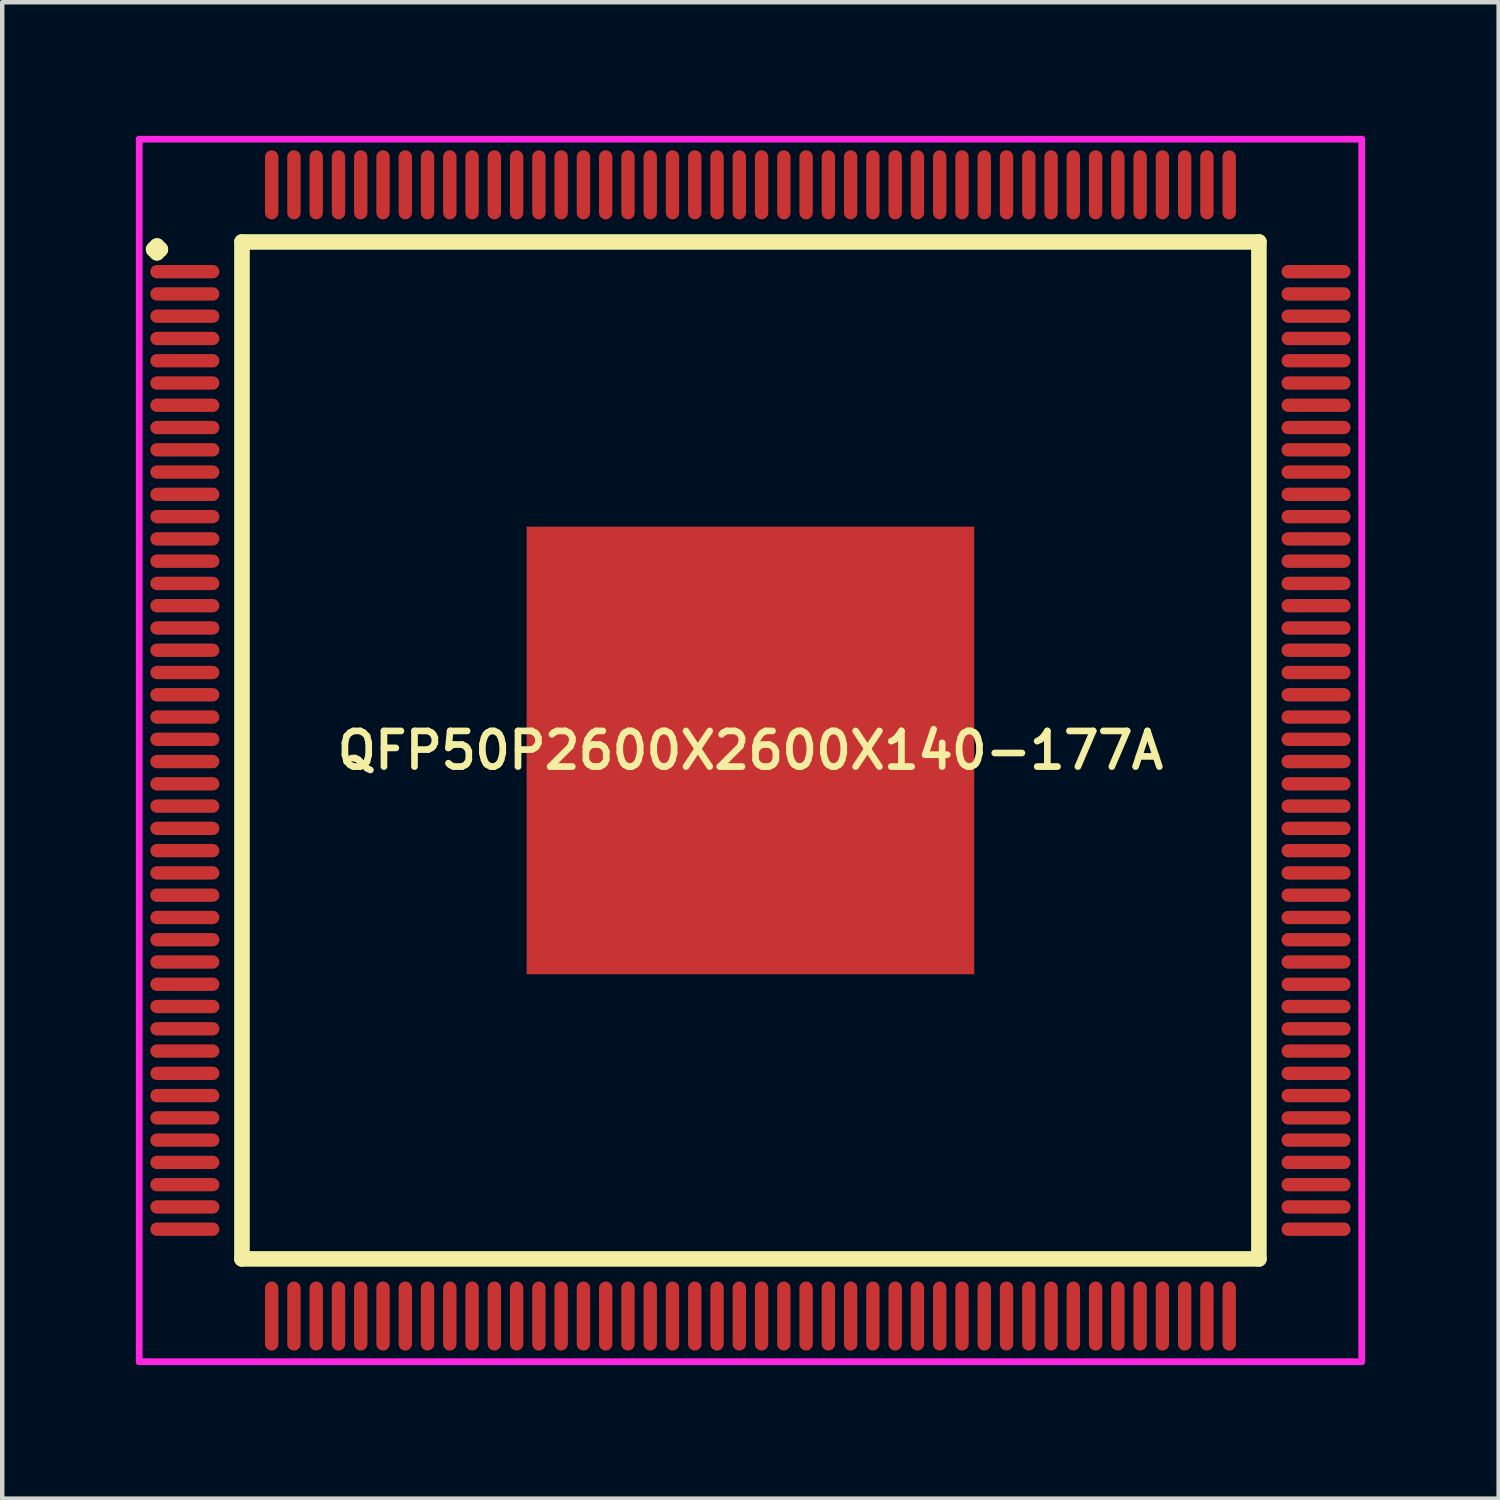
<source format=kicad_pcb>
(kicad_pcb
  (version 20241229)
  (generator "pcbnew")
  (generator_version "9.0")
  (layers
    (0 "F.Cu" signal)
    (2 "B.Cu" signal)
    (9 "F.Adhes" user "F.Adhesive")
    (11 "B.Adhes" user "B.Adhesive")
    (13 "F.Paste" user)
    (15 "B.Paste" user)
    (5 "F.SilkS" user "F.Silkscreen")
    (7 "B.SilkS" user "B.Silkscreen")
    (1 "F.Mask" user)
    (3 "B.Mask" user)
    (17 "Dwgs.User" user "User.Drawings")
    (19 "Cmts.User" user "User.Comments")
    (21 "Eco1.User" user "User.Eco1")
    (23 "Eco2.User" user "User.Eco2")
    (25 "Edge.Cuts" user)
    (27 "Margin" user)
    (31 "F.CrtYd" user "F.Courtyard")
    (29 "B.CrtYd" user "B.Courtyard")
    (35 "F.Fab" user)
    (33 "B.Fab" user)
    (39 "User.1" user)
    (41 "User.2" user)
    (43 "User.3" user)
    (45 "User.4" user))
  (footprint "QFP50P2600X2600X140-177A"
    (layer "F.Cu")
    (at 13.8 13.8)
    (property "Reference" "QFP50P2600X2600X140-177A" (at 0 0 0) (layer "F.SilkS") (effects (font (size 0.8 0.8) (thickness 0.15))))
    (attr smd)
    (fp_line (start -13.4 -11.25) (end -13.325 -11.325) (stroke (width 0.35) (type solid)) (layer "F.SilkS"))
    (fp_line (start -13.325 -11.325) (end -13.25 -11.25) (stroke (width 0.35) (type solid)) (layer "F.SilkS"))
    (fp_line (start -13.325 -11.175) (end -13.4 -11.25) (stroke (width 0.35) (type solid)) (layer "F.SilkS"))
    (fp_line (start -13.25 -11.25) (end -13.325 -11.175) (stroke (width 0.35) (type solid)) (layer "F.SilkS"))
    (fp_line (start -11.417 -11.417) (end -11.417 11.417) (stroke (width 0.35) (type solid)) (layer "F.SilkS"))
    (fp_line (start -11.417 11.417) (end 11.417 11.417) (stroke (width 0.35) (type solid)) (layer "F.SilkS"))
    (fp_line (start 11.417 -11.417) (end -11.417 -11.417) (stroke (width 0.35) (type solid)) (layer "F.SilkS"))
    (fp_line (start 11.417 11.417) (end 11.417 -11.417) (stroke (width 0.35) (type solid)) (layer "F.SilkS"))
    (fp_line (start -13.725 -13.725) (end 13.725 -13.725) (stroke (width 0.15) (type solid)) (layer "F.CrtYd"))
    (fp_line (start -13.725 13.725) (end -13.725 -13.725) (stroke (width 0.15) (type solid)) (layer "F.CrtYd"))
    (fp_line (start 13.725 -13.725) (end 13.725 13.725) (stroke (width 0.15) (type solid)) (layer "F.CrtYd"))
    (fp_line (start 13.725 13.725) (end -13.725 13.725) (stroke (width 0.15) (type solid)) (layer "F.CrtYd"))
    (pad "1" smd oval (at -12.7 -10.75) (size 1.55 0.3) (layers "F.Cu" "F.Mask" "F.Paste"))
    (pad "2" smd oval (at -12.7 -10.25) (size 1.55 0.3) (layers "F.Cu" "F.Mask" "F.Paste"))
    (pad "3" smd oval (at -12.7 -9.75) (size 1.55 0.3) (layers "F.Cu" "F.Mask" "F.Paste"))
    (pad "4" smd oval (at -12.7 -9.25) (size 1.55 0.3) (layers "F.Cu" "F.Mask" "F.Paste"))
    (pad "5" smd oval (at -12.7 -8.75) (size 1.55 0.3) (layers "F.Cu" "F.Mask" "F.Paste"))
    (pad "6" smd oval (at -12.7 -8.25) (size 1.55 0.3) (layers "F.Cu" "F.Mask" "F.Paste"))
    (pad "7" smd oval (at -12.7 -7.75) (size 1.55 0.3) (layers "F.Cu" "F.Mask" "F.Paste"))
    (pad "8" smd oval (at -12.7 -7.25) (size 1.55 0.3) (layers "F.Cu" "F.Mask" "F.Paste"))
    (pad "9" smd oval (at -12.7 -6.75) (size 1.55 0.3) (layers "F.Cu" "F.Mask" "F.Paste"))
    (pad "10" smd oval (at -12.7 -6.25) (size 1.55 0.3) (layers "F.Cu" "F.Mask" "F.Paste"))
    (pad "11" smd oval (at -12.7 -5.75) (size 1.55 0.3) (layers "F.Cu" "F.Mask" "F.Paste"))
    (pad "12" smd oval (at -12.7 -5.25) (size 1.55 0.3) (layers "F.Cu" "F.Mask" "F.Paste"))
    (pad "13" smd oval (at -12.7 -4.75) (size 1.55 0.3) (layers "F.Cu" "F.Mask" "F.Paste"))
    (pad "14" smd oval (at -12.7 -4.25) (size 1.55 0.3) (layers "F.Cu" "F.Mask" "F.Paste"))
    (pad "15" smd oval (at -12.7 -3.75) (size 1.55 0.3) (layers "F.Cu" "F.Mask" "F.Paste"))
    (pad "16" smd oval (at -12.7 -3.25) (size 1.55 0.3) (layers "F.Cu" "F.Mask" "F.Paste"))
    (pad "17" smd oval (at -12.7 -2.75) (size 1.55 0.3) (layers "F.Cu" "F.Mask" "F.Paste"))
    (pad "18" smd oval (at -12.7 -2.25) (size 1.55 0.3) (layers "F.Cu" "F.Mask" "F.Paste"))
    (pad "19" smd oval (at -12.7 -1.75) (size 1.55 0.3) (layers "F.Cu" "F.Mask" "F.Paste"))
    (pad "20" smd oval (at -12.7 -1.25) (size 1.55 0.3) (layers "F.Cu" "F.Mask" "F.Paste"))
    (pad "21" smd oval (at -12.7 -0.75) (size 1.55 0.3) (layers "F.Cu" "F.Mask" "F.Paste"))
    (pad "22" smd oval (at -12.7 -0.25) (size 1.55 0.3) (layers "F.Cu" "F.Mask" "F.Paste"))
    (pad "23" smd oval (at -12.7 0.25) (size 1.55 0.3) (layers "F.Cu" "F.Mask" "F.Paste"))
    (pad "24" smd oval (at -12.7 0.75) (size 1.55 0.3) (layers "F.Cu" "F.Mask" "F.Paste"))
    (pad "25" smd oval (at -12.7 1.25) (size 1.55 0.3) (layers "F.Cu" "F.Mask" "F.Paste"))
    (pad "26" smd oval (at -12.7 1.75) (size 1.55 0.3) (layers "F.Cu" "F.Mask" "F.Paste"))
    (pad "27" smd oval (at -12.7 2.25) (size 1.55 0.3) (layers "F.Cu" "F.Mask" "F.Paste"))
    (pad "28" smd oval (at -12.7 2.75) (size 1.55 0.3) (layers "F.Cu" "F.Mask" "F.Paste"))
    (pad "29" smd oval (at -12.7 3.25) (size 1.55 0.3) (layers "F.Cu" "F.Mask" "F.Paste"))
    (pad "30" smd oval (at -12.7 3.75) (size 1.55 0.3) (layers "F.Cu" "F.Mask" "F.Paste"))
    (pad "31" smd oval (at -12.7 4.25) (size 1.55 0.3) (layers "F.Cu" "F.Mask" "F.Paste"))
    (pad "32" smd oval (at -12.7 4.75) (size 1.55 0.3) (layers "F.Cu" "F.Mask" "F.Paste"))
    (pad "33" smd oval (at -12.7 5.25) (size 1.55 0.3) (layers "F.Cu" "F.Mask" "F.Paste"))
    (pad "34" smd oval (at -12.7 5.75) (size 1.55 0.3) (layers "F.Cu" "F.Mask" "F.Paste"))
    (pad "35" smd oval (at -12.7 6.25) (size 1.55 0.3) (layers "F.Cu" "F.Mask" "F.Paste"))
    (pad "36" smd oval (at -12.7 6.75) (size 1.55 0.3) (layers "F.Cu" "F.Mask" "F.Paste"))
    (pad "37" smd oval (at -12.7 7.25) (size 1.55 0.3) (layers "F.Cu" "F.Mask" "F.Paste"))
    (pad "38" smd oval (at -12.7 7.75) (size 1.55 0.3) (layers "F.Cu" "F.Mask" "F.Paste"))
    (pad "39" smd oval (at -12.7 8.25) (size 1.55 0.3) (layers "F.Cu" "F.Mask" "F.Paste"))
    (pad "40" smd oval (at -12.7 8.75) (size 1.55 0.3) (layers "F.Cu" "F.Mask" "F.Paste"))
    (pad "41" smd oval (at -12.7 9.25) (size 1.55 0.3) (layers "F.Cu" "F.Mask" "F.Paste"))
    (pad "42" smd oval (at -12.7 9.75) (size 1.55 0.3) (layers "F.Cu" "F.Mask" "F.Paste"))
    (pad "43" smd oval (at -12.7 10.25) (size 1.55 0.3) (layers "F.Cu" "F.Mask" "F.Paste"))
    (pad "44" smd oval (at -12.7 10.75) (size 1.55 0.3) (layers "F.Cu" "F.Mask" "F.Paste"))
    (pad "45" smd oval (at -10.75 12.7) (size 0.3 1.55) (layers "F.Cu" "F.Mask" "F.Paste"))
    (pad "46" smd oval (at -10.25 12.7) (size 0.3 1.55) (layers "F.Cu" "F.Mask" "F.Paste"))
    (pad "47" smd oval (at -9.75 12.7) (size 0.3 1.55) (layers "F.Cu" "F.Mask" "F.Paste"))
    (pad "48" smd oval (at -9.25 12.7) (size 0.3 1.55) (layers "F.Cu" "F.Mask" "F.Paste"))
    (pad "49" smd oval (at -8.75 12.7) (size 0.3 1.55) (layers "F.Cu" "F.Mask" "F.Paste"))
    (pad "50" smd oval (at -8.25 12.7) (size 0.3 1.55) (layers "F.Cu" "F.Mask" "F.Paste"))
    (pad "51" smd oval (at -7.75 12.7) (size 0.3 1.55) (layers "F.Cu" "F.Mask" "F.Paste"))
    (pad "52" smd oval (at -7.25 12.7) (size 0.3 1.55) (layers "F.Cu" "F.Mask" "F.Paste"))
    (pad "53" smd oval (at -6.75 12.7) (size 0.3 1.55) (layers "F.Cu" "F.Mask" "F.Paste"))
    (pad "54" smd oval (at -6.25 12.7) (size 0.3 1.55) (layers "F.Cu" "F.Mask" "F.Paste"))
    (pad "55" smd oval (at -5.75 12.7) (size 0.3 1.55) (layers "F.Cu" "F.Mask" "F.Paste"))
    (pad "56" smd oval (at -5.25 12.7) (size 0.3 1.55) (layers "F.Cu" "F.Mask" "F.Paste"))
    (pad "57" smd oval (at -4.75 12.7) (size 0.3 1.55) (layers "F.Cu" "F.Mask" "F.Paste"))
    (pad "58" smd oval (at -4.25 12.7) (size 0.3 1.55) (layers "F.Cu" "F.Mask" "F.Paste"))
    (pad "59" smd oval (at -3.75 12.7) (size 0.3 1.55) (layers "F.Cu" "F.Mask" "F.Paste"))
    (pad "60" smd oval (at -3.25 12.7) (size 0.3 1.55) (layers "F.Cu" "F.Mask" "F.Paste"))
    (pad "61" smd oval (at -2.75 12.7) (size 0.3 1.55) (layers "F.Cu" "F.Mask" "F.Paste"))
    (pad "62" smd oval (at -2.25 12.7) (size 0.3 1.55) (layers "F.Cu" "F.Mask" "F.Paste"))
    (pad "63" smd oval (at -1.75 12.7) (size 0.3 1.55) (layers "F.Cu" "F.Mask" "F.Paste"))
    (pad "64" smd oval (at -1.25 12.7) (size 0.3 1.55) (layers "F.Cu" "F.Mask" "F.Paste"))
    (pad "65" smd oval (at -0.75 12.7) (size 0.3 1.55) (layers "F.Cu" "F.Mask" "F.Paste"))
    (pad "66" smd oval (at -0.25 12.7) (size 0.3 1.55) (layers "F.Cu" "F.Mask" "F.Paste"))
    (pad "67" smd oval (at 0.25 12.7) (size 0.3 1.55) (layers "F.Cu" "F.Mask" "F.Paste"))
    (pad "68" smd oval (at 0.75 12.7) (size 0.3 1.55) (layers "F.Cu" "F.Mask" "F.Paste"))
    (pad "69" smd oval (at 1.25 12.7) (size 0.3 1.55) (layers "F.Cu" "F.Mask" "F.Paste"))
    (pad "70" smd oval (at 1.75 12.7) (size 0.3 1.55) (layers "F.Cu" "F.Mask" "F.Paste"))
    (pad "71" smd oval (at 2.25 12.7) (size 0.3 1.55) (layers "F.Cu" "F.Mask" "F.Paste"))
    (pad "72" smd oval (at 2.75 12.7) (size 0.3 1.55) (layers "F.Cu" "F.Mask" "F.Paste"))
    (pad "73" smd oval (at 3.25 12.7) (size 0.3 1.55) (layers "F.Cu" "F.Mask" "F.Paste"))
    (pad "74" smd oval (at 3.75 12.7) (size 0.3 1.55) (layers "F.Cu" "F.Mask" "F.Paste"))
    (pad "75" smd oval (at 4.25 12.7) (size 0.3 1.55) (layers "F.Cu" "F.Mask" "F.Paste"))
    (pad "76" smd oval (at 4.75 12.7) (size 0.3 1.55) (layers "F.Cu" "F.Mask" "F.Paste"))
    (pad "77" smd oval (at 5.25 12.7) (size 0.3 1.55) (layers "F.Cu" "F.Mask" "F.Paste"))
    (pad "78" smd oval (at 5.75 12.7) (size 0.3 1.55) (layers "F.Cu" "F.Mask" "F.Paste"))
    (pad "79" smd oval (at 6.25 12.7) (size 0.3 1.55) (layers "F.Cu" "F.Mask" "F.Paste"))
    (pad "80" smd oval (at 6.75 12.7) (size 0.3 1.55) (layers "F.Cu" "F.Mask" "F.Paste"))
    (pad "81" smd oval (at 7.25 12.7) (size 0.3 1.55) (layers "F.Cu" "F.Mask" "F.Paste"))
    (pad "82" smd oval (at 7.75 12.7) (size 0.3 1.55) (layers "F.Cu" "F.Mask" "F.Paste"))
    (pad "83" smd oval (at 8.25 12.7) (size 0.3 1.55) (layers "F.Cu" "F.Mask" "F.Paste"))
    (pad "84" smd oval (at 8.75 12.7) (size 0.3 1.55) (layers "F.Cu" "F.Mask" "F.Paste"))
    (pad "85" smd oval (at 9.25 12.7) (size 0.3 1.55) (layers "F.Cu" "F.Mask" "F.Paste"))
    (pad "86" smd oval (at 9.75 12.7) (size 0.3 1.55) (layers "F.Cu" "F.Mask" "F.Paste"))
    (pad "87" smd oval (at 10.25 12.7) (size 0.3 1.55) (layers "F.Cu" "F.Mask" "F.Paste"))
    (pad "88" smd oval (at 10.75 12.7) (size 0.3 1.55) (layers "F.Cu" "F.Mask" "F.Paste"))
    (pad "89" smd oval (at 12.7 10.75) (size 1.55 0.3) (layers "F.Cu" "F.Mask" "F.Paste"))
    (pad "90" smd oval (at 12.7 10.25) (size 1.55 0.3) (layers "F.Cu" "F.Mask" "F.Paste"))
    (pad "91" smd oval (at 12.7 9.75) (size 1.55 0.3) (layers "F.Cu" "F.Mask" "F.Paste"))
    (pad "92" smd oval (at 12.7 9.25) (size 1.55 0.3) (layers "F.Cu" "F.Mask" "F.Paste"))
    (pad "93" smd oval (at 12.7 8.75) (size 1.55 0.3) (layers "F.Cu" "F.Mask" "F.Paste"))
    (pad "94" smd oval (at 12.7 8.25) (size 1.55 0.3) (layers "F.Cu" "F.Mask" "F.Paste"))
    (pad "95" smd oval (at 12.7 7.75) (size 1.55 0.3) (layers "F.Cu" "F.Mask" "F.Paste"))
    (pad "96" smd oval (at 12.7 7.25) (size 1.55 0.3) (layers "F.Cu" "F.Mask" "F.Paste"))
    (pad "97" smd oval (at 12.7 6.75) (size 1.55 0.3) (layers "F.Cu" "F.Mask" "F.Paste"))
    (pad "98" smd oval (at 12.7 6.25) (size 1.55 0.3) (layers "F.Cu" "F.Mask" "F.Paste"))
    (pad "99" smd oval (at 12.7 5.75) (size 1.55 0.3) (layers "F.Cu" "F.Mask" "F.Paste"))
    (pad "100" smd oval (at 12.7 5.25) (size 1.55 0.3) (layers "F.Cu" "F.Mask" "F.Paste"))
    (pad "101" smd oval (at 12.7 4.75) (size 1.55 0.3) (layers "F.Cu" "F.Mask" "F.Paste"))
    (pad "102" smd oval (at 12.7 4.25) (size 1.55 0.3) (layers "F.Cu" "F.Mask" "F.Paste"))
    (pad "103" smd oval (at 12.7 3.75) (size 1.55 0.3) (layers "F.Cu" "F.Mask" "F.Paste"))
    (pad "104" smd oval (at 12.7 3.25) (size 1.55 0.3) (layers "F.Cu" "F.Mask" "F.Paste"))
    (pad "105" smd oval (at 12.7 2.75) (size 1.55 0.3) (layers "F.Cu" "F.Mask" "F.Paste"))
    (pad "106" smd oval (at 12.7 2.25) (size 1.55 0.3) (layers "F.Cu" "F.Mask" "F.Paste"))
    (pad "107" smd oval (at 12.7 1.75) (size 1.55 0.3) (layers "F.Cu" "F.Mask" "F.Paste"))
    (pad "108" smd oval (at 12.7 1.25) (size 1.55 0.3) (layers "F.Cu" "F.Mask" "F.Paste"))
    (pad "109" smd oval (at 12.7 0.75) (size 1.55 0.3) (layers "F.Cu" "F.Mask" "F.Paste"))
    (pad "110" smd oval (at 12.7 0.25) (size 1.55 0.3) (layers "F.Cu" "F.Mask" "F.Paste"))
    (pad "111" smd oval (at 12.7 -0.25) (size 1.55 0.3) (layers "F.Cu" "F.Mask" "F.Paste"))
    (pad "112" smd oval (at 12.7 -0.75) (size 1.55 0.3) (layers "F.Cu" "F.Mask" "F.Paste"))
    (pad "113" smd oval (at 12.7 -1.25) (size 1.55 0.3) (layers "F.Cu" "F.Mask" "F.Paste"))
    (pad "114" smd oval (at 12.7 -1.75) (size 1.55 0.3) (layers "F.Cu" "F.Mask" "F.Paste"))
    (pad "115" smd oval (at 12.7 -2.25) (size 1.55 0.3) (layers "F.Cu" "F.Mask" "F.Paste"))
    (pad "116" smd oval (at 12.7 -2.75) (size 1.55 0.3) (layers "F.Cu" "F.Mask" "F.Paste"))
    (pad "117" smd oval (at 12.7 -3.25) (size 1.55 0.3) (layers "F.Cu" "F.Mask" "F.Paste"))
    (pad "118" smd oval (at 12.7 -3.75) (size 1.55 0.3) (layers "F.Cu" "F.Mask" "F.Paste"))
    (pad "119" smd oval (at 12.7 -4.25) (size 1.55 0.3) (layers "F.Cu" "F.Mask" "F.Paste"))
    (pad "120" smd oval (at 12.7 -4.75) (size 1.55 0.3) (layers "F.Cu" "F.Mask" "F.Paste"))
    (pad "121" smd oval (at 12.7 -5.25) (size 1.55 0.3) (layers "F.Cu" "F.Mask" "F.Paste"))
    (pad "122" smd oval (at 12.7 -5.75) (size 1.55 0.3) (layers "F.Cu" "F.Mask" "F.Paste"))
    (pad "123" smd oval (at 12.7 -6.25) (size 1.55 0.3) (layers "F.Cu" "F.Mask" "F.Paste"))
    (pad "124" smd oval (at 12.7 -6.75) (size 1.55 0.3) (layers "F.Cu" "F.Mask" "F.Paste"))
    (pad "125" smd oval (at 12.7 -7.25) (size 1.55 0.3) (layers "F.Cu" "F.Mask" "F.Paste"))
    (pad "126" smd oval (at 12.7 -7.75) (size 1.55 0.3) (layers "F.Cu" "F.Mask" "F.Paste"))
    (pad "127" smd oval (at 12.7 -8.25) (size 1.55 0.3) (layers "F.Cu" "F.Mask" "F.Paste"))
    (pad "128" smd oval (at 12.7 -8.75) (size 1.55 0.3) (layers "F.Cu" "F.Mask" "F.Paste"))
    (pad "129" smd oval (at 12.7 -9.25) (size 1.55 0.3) (layers "F.Cu" "F.Mask" "F.Paste"))
    (pad "130" smd oval (at 12.7 -9.75) (size 1.55 0.3) (layers "F.Cu" "F.Mask" "F.Paste"))
    (pad "131" smd oval (at 12.7 -10.25) (size 1.55 0.3) (layers "F.Cu" "F.Mask" "F.Paste"))
    (pad "132" smd oval (at 12.7 -10.75) (size 1.55 0.3) (layers "F.Cu" "F.Mask" "F.Paste"))
    (pad "133" smd oval (at 10.75 -12.7) (size 0.3 1.55) (layers "F.Cu" "F.Mask" "F.Paste"))
    (pad "134" smd oval (at 10.25 -12.7) (size 0.3 1.55) (layers "F.Cu" "F.Mask" "F.Paste"))
    (pad "135" smd oval (at 9.75 -12.7) (size 0.3 1.55) (layers "F.Cu" "F.Mask" "F.Paste"))
    (pad "136" smd oval (at 9.25 -12.7) (size 0.3 1.55) (layers "F.Cu" "F.Mask" "F.Paste"))
    (pad "137" smd oval (at 8.75 -12.7) (size 0.3 1.55) (layers "F.Cu" "F.Mask" "F.Paste"))
    (pad "138" smd oval (at 8.25 -12.7) (size 0.3 1.55) (layers "F.Cu" "F.Mask" "F.Paste"))
    (pad "139" smd oval (at 7.75 -12.7) (size 0.3 1.55) (layers "F.Cu" "F.Mask" "F.Paste"))
    (pad "140" smd oval (at 7.25 -12.7) (size 0.3 1.55) (layers "F.Cu" "F.Mask" "F.Paste"))
    (pad "141" smd oval (at 6.75 -12.7) (size 0.3 1.55) (layers "F.Cu" "F.Mask" "F.Paste"))
    (pad "142" smd oval (at 6.25 -12.7) (size 0.3 1.55) (layers "F.Cu" "F.Mask" "F.Paste"))
    (pad "143" smd oval (at 5.75 -12.7) (size 0.3 1.55) (layers "F.Cu" "F.Mask" "F.Paste"))
    (pad "144" smd oval (at 5.25 -12.7) (size 0.3 1.55) (layers "F.Cu" "F.Mask" "F.Paste"))
    (pad "145" smd oval (at 4.75 -12.7) (size 0.3 1.55) (layers "F.Cu" "F.Mask" "F.Paste"))
    (pad "146" smd oval (at 4.25 -12.7) (size 0.3 1.55) (layers "F.Cu" "F.Mask" "F.Paste"))
    (pad "147" smd oval (at 3.75 -12.7) (size 0.3 1.55) (layers "F.Cu" "F.Mask" "F.Paste"))
    (pad "148" smd oval (at 3.25 -12.7) (size 0.3 1.55) (layers "F.Cu" "F.Mask" "F.Paste"))
    (pad "149" smd oval (at 2.75 -12.7) (size 0.3 1.55) (layers "F.Cu" "F.Mask" "F.Paste"))
    (pad "150" smd oval (at 2.25 -12.7) (size 0.3 1.55) (layers "F.Cu" "F.Mask" "F.Paste"))
    (pad "151" smd oval (at 1.75 -12.7) (size 0.3 1.55) (layers "F.Cu" "F.Mask" "F.Paste"))
    (pad "152" smd oval (at 1.25 -12.7) (size 0.3 1.55) (layers "F.Cu" "F.Mask" "F.Paste"))
    (pad "153" smd oval (at 0.75 -12.7) (size 0.3 1.55) (layers "F.Cu" "F.Mask" "F.Paste"))
    (pad "154" smd oval (at 0.25 -12.7) (size 0.3 1.55) (layers "F.Cu" "F.Mask" "F.Paste"))
    (pad "155" smd oval (at -0.25 -12.7) (size 0.3 1.55) (layers "F.Cu" "F.Mask" "F.Paste"))
    (pad "156" smd oval (at -0.75 -12.7) (size 0.3 1.55) (layers "F.Cu" "F.Mask" "F.Paste"))
    (pad "157" smd oval (at -1.25 -12.7) (size 0.3 1.55) (layers "F.Cu" "F.Mask" "F.Paste"))
    (pad "158" smd oval (at -1.75 -12.7) (size 0.3 1.55) (layers "F.Cu" "F.Mask" "F.Paste"))
    (pad "159" smd oval (at -2.25 -12.7) (size 0.3 1.55) (layers "F.Cu" "F.Mask" "F.Paste"))
    (pad "160" smd oval (at -2.75 -12.7) (size 0.3 1.55) (layers "F.Cu" "F.Mask" "F.Paste"))
    (pad "161" smd oval (at -3.25 -12.7) (size 0.3 1.55) (layers "F.Cu" "F.Mask" "F.Paste"))
    (pad "162" smd oval (at -3.75 -12.7) (size 0.3 1.55) (layers "F.Cu" "F.Mask" "F.Paste"))
    (pad "163" smd oval (at -4.25 -12.7) (size 0.3 1.55) (layers "F.Cu" "F.Mask" "F.Paste"))
    (pad "164" smd oval (at -4.75 -12.7) (size 0.3 1.55) (layers "F.Cu" "F.Mask" "F.Paste"))
    (pad "165" smd oval (at -5.25 -12.7) (size 0.3 1.55) (layers "F.Cu" "F.Mask" "F.Paste"))
    (pad "166" smd oval (at -5.75 -12.7) (size 0.3 1.55) (layers "F.Cu" "F.Mask" "F.Paste"))
    (pad "167" smd oval (at -6.25 -12.7) (size 0.3 1.55) (layers "F.Cu" "F.Mask" "F.Paste"))
    (pad "168" smd oval (at -6.75 -12.7) (size 0.3 1.55) (layers "F.Cu" "F.Mask" "F.Paste"))
    (pad "169" smd oval (at -7.25 -12.7) (size 0.3 1.55) (layers "F.Cu" "F.Mask" "F.Paste"))
    (pad "170" smd oval (at -7.75 -12.7) (size 0.3 1.55) (layers "F.Cu" "F.Mask" "F.Paste"))
    (pad "171" smd oval (at -8.25 -12.7) (size 0.3 1.55) (layers "F.Cu" "F.Mask" "F.Paste"))
    (pad "172" smd oval (at -8.75 -12.7) (size 0.3 1.55) (layers "F.Cu" "F.Mask" "F.Paste"))
    (pad "173" smd oval (at -9.25 -12.7) (size 0.3 1.55) (layers "F.Cu" "F.Mask" "F.Paste"))
    (pad "174" smd oval (at -9.75 -12.7) (size 0.3 1.55) (layers "F.Cu" "F.Mask" "F.Paste"))
    (pad "175" smd oval (at -10.25 -12.7) (size 0.3 1.55) (layers "F.Cu" "F.Mask" "F.Paste"))
    (pad "176" smd oval (at -10.75 -12.7) (size 0.3 1.55) (layers "F.Cu" "F.Mask" "F.Paste"))
    (pad "177" smd rect (at 0 0) (size 10.05 10.05) (layers "F.Cu" "F.Mask" "F.Paste")))
  (gr_rect
    (start -3 -3)
    (end 30.6 30.6)
    (stroke (width 0.1) (type default))
    (fill no)
    (layer "Edge.Cuts")))
</source>
